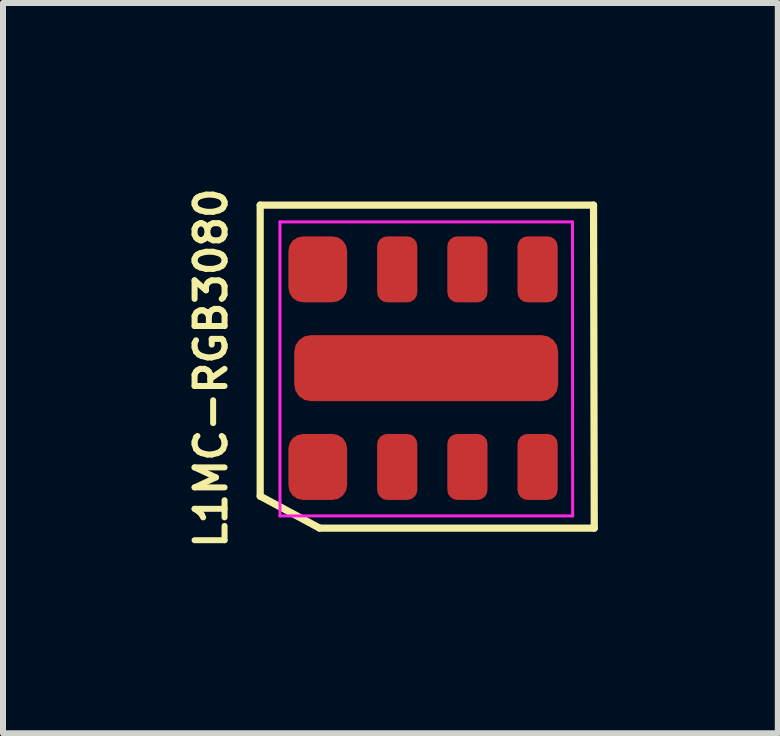
<source format=kicad_pcb>
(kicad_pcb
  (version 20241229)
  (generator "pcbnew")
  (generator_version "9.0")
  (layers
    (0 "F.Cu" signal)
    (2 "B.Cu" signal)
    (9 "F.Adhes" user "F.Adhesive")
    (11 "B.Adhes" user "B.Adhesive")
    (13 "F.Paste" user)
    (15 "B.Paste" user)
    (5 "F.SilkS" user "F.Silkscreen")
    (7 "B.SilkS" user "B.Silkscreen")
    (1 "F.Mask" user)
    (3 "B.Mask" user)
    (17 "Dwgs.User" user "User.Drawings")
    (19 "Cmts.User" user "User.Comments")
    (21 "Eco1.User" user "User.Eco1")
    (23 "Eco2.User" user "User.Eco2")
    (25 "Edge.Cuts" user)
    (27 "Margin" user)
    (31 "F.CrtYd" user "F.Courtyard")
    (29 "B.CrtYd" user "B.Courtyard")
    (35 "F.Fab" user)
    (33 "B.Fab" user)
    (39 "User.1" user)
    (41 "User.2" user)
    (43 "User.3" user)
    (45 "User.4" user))
  (footprint "L1MC-RGB3080"
    (layer "F.Cu")
    (at 4.158 3.088)
    (property "Reference" "L1MC-RGB3080" (at -3.69 0 90) (layer "F.SilkS") (effects (font (size 0.5 0.5) (thickness 0.1))))
    (attr smd)
    (fp_line (start -2.87 -2.718) (end 2.688 -2.718) (stroke (width 0.12) (type solid)) (layer "F.SilkS"))
    (fp_line (start -2.87 2.134) (end -2.87 -2.718) (stroke (width 0.12) (type solid)) (layer "F.SilkS"))
    (fp_line (start -1.88 2.667) (end -2.87 2.134) (stroke (width 0.12) (type solid)) (layer "F.SilkS"))
    (fp_line (start 2.688 -2.718) (end 2.7 2.667) (stroke (width 0.12) (type solid)) (layer "F.SilkS"))
    (fp_line (start 2.7 2.667) (end -1.88 2.667) (stroke (width 0.12) (type solid)) (layer "F.SilkS"))
    (fp_line (start -2.54 -2.438) (end 2.337 -2.438) (stroke (width 0.05) (type solid)) (layer "F.CrtYd"))
    (fp_line (start -2.54 2.464) (end -2.54 -2.438) (stroke (width 0.05) (type solid)) (layer "F.CrtYd"))
    (fp_line (start 2.337 -2.438) (end 2.34 2.464) (stroke (width 0.05) (type solid)) (layer "F.CrtYd"))
    (fp_line (start 2.34 2.464) (end -2.54 2.464) (stroke (width 0.05) (type solid)) (layer "F.CrtYd"))
    (pad "1" smd roundrect (at 1.755 -1.647) (size 0.67 1.1) (layers "F.Cu" "F.Mask" "F.Paste") (roundrect_rratio 0.25))
    (pad "2" smd roundrect (at 1.755 1.647) (size 0.67 1.1) (layers "F.Cu" "F.Mask" "F.Paste") (roundrect_rratio 0.25))
    (pad "3" smd roundrect (at 0.585 -1.647) (size 0.67 1.1) (layers "F.Cu" "F.Mask" "F.Paste") (roundrect_rratio 0.25))
    (pad "4" smd roundrect (at 0.585 1.647) (size 0.67 1.1) (layers "F.Cu" "F.Mask" "F.Paste") (roundrect_rratio 0.25))
    (pad "5" smd roundrect (at -0.585 -1.647) (size 0.67 1.1) (layers "F.Cu" "F.Mask" "F.Paste") (roundrect_rratio 0.25))
    (pad "6" smd roundrect (at -0.585 1.647) (size 0.67 1.1) (layers "F.Cu" "F.Mask" "F.Paste") (roundrect_rratio 0.25))
    (pad "7" smd roundrect (at -1.91 -1.647) (size 0.98 1.1) (layers "F.Cu" "F.Mask" "F.Paste") (roundrect_rratio 0.25))
    (pad "8" smd roundrect (at -1.91 1.647) (size 0.98 1.1) (layers "F.Cu" "F.Mask" "F.Paste") (roundrect_rratio 0.25))
    (pad "9" smd roundrect (at -0.102 0) (size 4.4 1.1) (layers "F.Cu" "F.Mask" "F.Paste") (roundrect_rratio 0.25)))
  (gr_rect
    (start -3 -3)
    (end 9.918 9.176)
    (stroke (width 0.1) (type default))
    (fill no)
    (layer "Edge.Cuts")))
</source>
